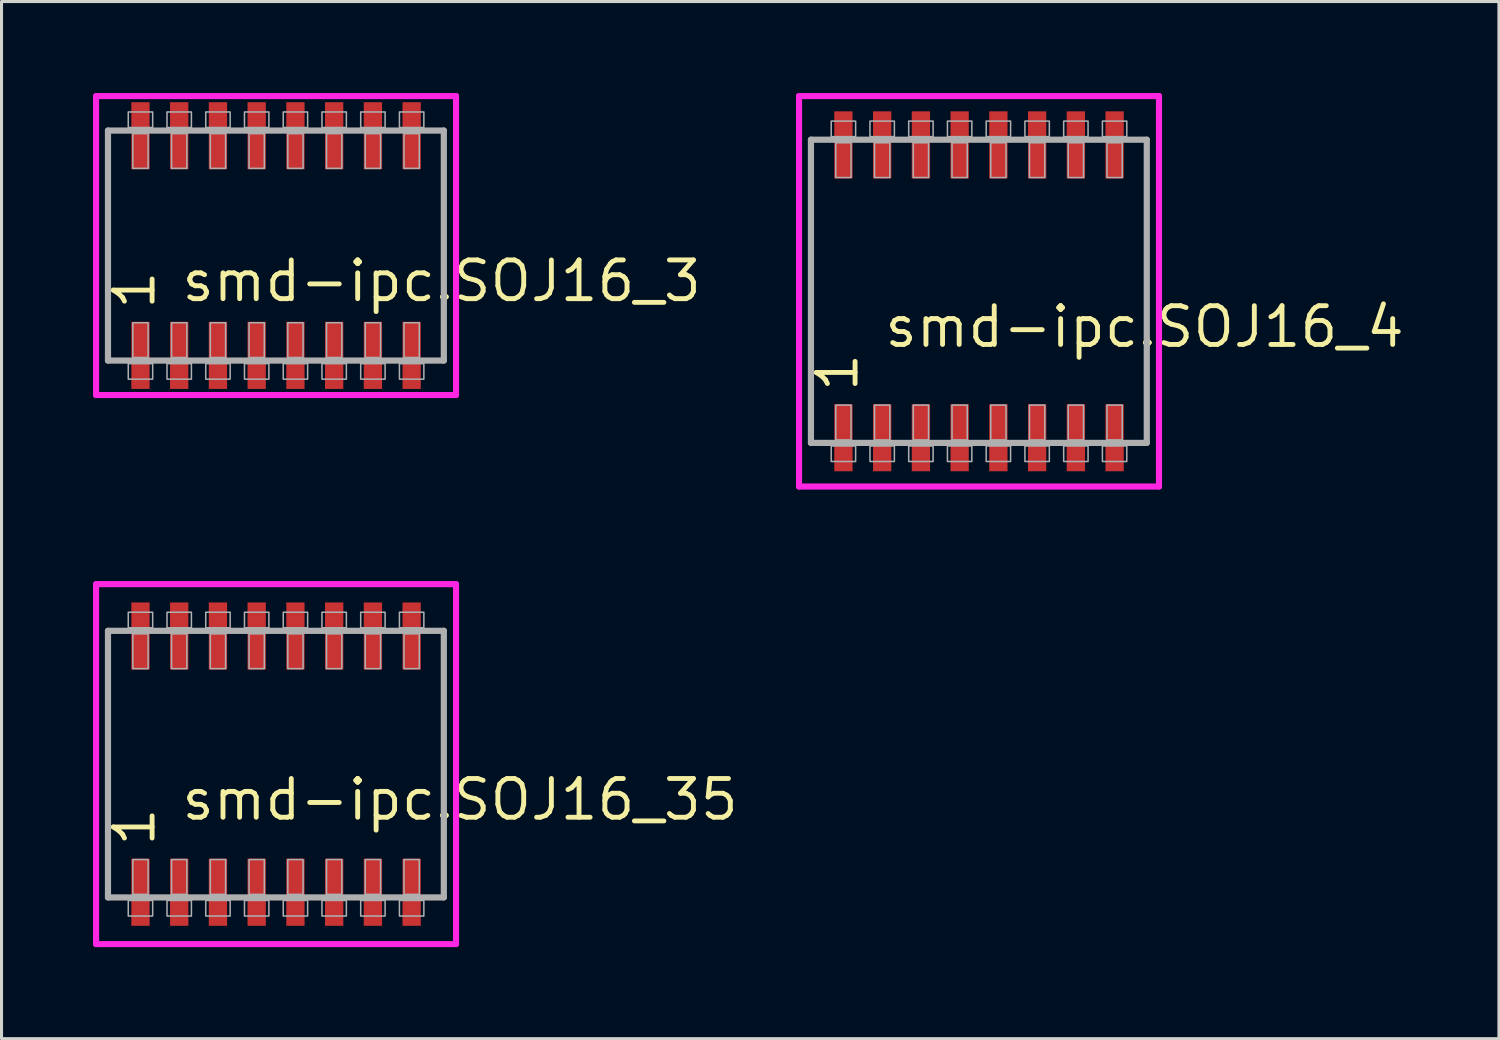
<source format=kicad_pcb>
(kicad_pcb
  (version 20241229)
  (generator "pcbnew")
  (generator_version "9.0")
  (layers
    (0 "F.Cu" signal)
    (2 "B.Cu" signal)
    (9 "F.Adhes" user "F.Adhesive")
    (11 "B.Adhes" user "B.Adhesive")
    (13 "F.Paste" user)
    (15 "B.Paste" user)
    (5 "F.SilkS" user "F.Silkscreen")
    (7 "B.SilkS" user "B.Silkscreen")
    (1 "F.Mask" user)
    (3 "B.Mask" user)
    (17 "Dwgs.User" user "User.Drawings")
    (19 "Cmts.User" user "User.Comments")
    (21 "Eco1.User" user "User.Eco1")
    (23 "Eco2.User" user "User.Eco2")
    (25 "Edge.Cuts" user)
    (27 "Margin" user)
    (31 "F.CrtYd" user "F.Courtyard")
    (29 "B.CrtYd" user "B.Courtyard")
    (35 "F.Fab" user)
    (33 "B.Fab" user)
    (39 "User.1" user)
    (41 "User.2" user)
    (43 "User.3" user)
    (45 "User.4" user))
  (footprint "smd-ipc.SOJ16_35"
    (layer "F.Cu")
    (at 6 22)
    (property "Reference" "smd-ipc.SOJ16_35" (at -3.175 1.905 0) (layer "F.SilkS") (effects (font (size 1.27 1.27) (thickness 0.16)) (justify left bottom)))
    (attr smd)
    (fp_line (start -5.9 -5.9) (end 5.9 -5.9) (stroke (width 0.2) (type default)) (layer "F.CrtYd"))
    (fp_line (start -5.9 5.9) (end -5.9 -5.9) (stroke (width 0.2) (type default)) (layer "F.CrtYd"))
    (fp_line (start 5.9 -5.9) (end 5.9 5.9) (stroke (width 0.2) (type default)) (layer "F.CrtYd"))
    (fp_line (start 5.9 5.9) (end -5.9 5.9) (stroke (width 0.2) (type default)) (layer "F.CrtYd"))
    (fp_line (start -5.51 -4.37) (end 5.5 -4.37) (stroke (width 0.203) (type default)) (layer "F.Fab"))
    (fp_line (start -5.51 4.37) (end -5.51 -4.37) (stroke (width 0.203) (type default)) (layer "F.Fab"))
    (fp_line (start 5.5 -4.37) (end 5.5 4.37) (stroke (width 0.203) (type default)) (layer "F.Fab"))
    (fp_line (start 5.5 4.37) (end -5.51 4.37) (stroke (width 0.203) (type default)) (layer "F.Fab"))
    (fp_rect (start -4.845 -4.47) (end -4.045 -4.98) (stroke (width 0.05) (type default)) (fill no) (layer "F.Fab"))
    (fp_rect (start -4.845 4.98) (end -4.045 4.47) (stroke (width 0.05) (type default)) (fill no) (layer "F.Fab"))
    (fp_rect (start -4.695 -3.13) (end -4.195 -4.27) (stroke (width 0.05) (type default)) (fill no) (layer "F.Fab"))
    (fp_rect (start -4.695 4.27) (end -4.195 3.13) (stroke (width 0.05) (type default)) (fill no) (layer "F.Fab"))
    (fp_rect (start -3.575 -4.47) (end -2.775 -4.98) (stroke (width 0.05) (type default)) (fill no) (layer "F.Fab"))
    (fp_rect (start -3.575 4.98) (end -2.775 4.47) (stroke (width 0.05) (type default)) (fill no) (layer "F.Fab"))
    (fp_rect (start -3.425 -3.13) (end -2.925 -4.27) (stroke (width 0.05) (type default)) (fill no) (layer "F.Fab"))
    (fp_rect (start -3.425 4.27) (end -2.925 3.13) (stroke (width 0.05) (type default)) (fill no) (layer "F.Fab"))
    (fp_rect (start -2.305 -4.47) (end -1.505 -4.98) (stroke (width 0.05) (type default)) (fill no) (layer "F.Fab"))
    (fp_rect (start -2.305 4.98) (end -1.505 4.47) (stroke (width 0.05) (type default)) (fill no) (layer "F.Fab"))
    (fp_rect (start -2.155 -3.13) (end -1.655 -4.27) (stroke (width 0.05) (type default)) (fill no) (layer "F.Fab"))
    (fp_rect (start -2.155 4.27) (end -1.655 3.13) (stroke (width 0.05) (type default)) (fill no) (layer "F.Fab"))
    (fp_rect (start -1.035 -4.47) (end -0.235 -4.98) (stroke (width 0.05) (type default)) (fill no) (layer "F.Fab"))
    (fp_rect (start -1.035 4.98) (end -0.235 4.47) (stroke (width 0.05) (type default)) (fill no) (layer "F.Fab"))
    (fp_rect (start -0.885 -3.13) (end -0.385 -4.27) (stroke (width 0.05) (type default)) (fill no) (layer "F.Fab"))
    (fp_rect (start -0.885 4.27) (end -0.385 3.13) (stroke (width 0.05) (type default)) (fill no) (layer "F.Fab"))
    (fp_rect (start 0.235 -4.47) (end 1.035 -4.98) (stroke (width 0.05) (type default)) (fill no) (layer "F.Fab"))
    (fp_rect (start 0.235 4.98) (end 1.035 4.47) (stroke (width 0.05) (type default)) (fill no) (layer "F.Fab"))
    (fp_rect (start 0.385 -3.13) (end 0.885 -4.27) (stroke (width 0.05) (type default)) (fill no) (layer "F.Fab"))
    (fp_rect (start 0.385 4.27) (end 0.885 3.13) (stroke (width 0.05) (type default)) (fill no) (layer "F.Fab"))
    (fp_rect (start 1.505 -4.47) (end 2.305 -4.98) (stroke (width 0.05) (type default)) (fill no) (layer "F.Fab"))
    (fp_rect (start 1.505 4.98) (end 2.305 4.47) (stroke (width 0.05) (type default)) (fill no) (layer "F.Fab"))
    (fp_rect (start 1.655 -3.13) (end 2.155 -4.27) (stroke (width 0.05) (type default)) (fill no) (layer "F.Fab"))
    (fp_rect (start 1.655 4.27) (end 2.155 3.13) (stroke (width 0.05) (type default)) (fill no) (layer "F.Fab"))
    (fp_rect (start 2.775 -4.47) (end 3.575 -4.98) (stroke (width 0.05) (type default)) (fill no) (layer "F.Fab"))
    (fp_rect (start 2.775 4.98) (end 3.575 4.47) (stroke (width 0.05) (type default)) (fill no) (layer "F.Fab"))
    (fp_rect (start 2.925 -3.13) (end 3.425 -4.27) (stroke (width 0.05) (type default)) (fill no) (layer "F.Fab"))
    (fp_rect (start 2.925 4.27) (end 3.425 3.13) (stroke (width 0.05) (type default)) (fill no) (layer "F.Fab"))
    (fp_rect (start 4.045 -4.47) (end 4.845 -4.98) (stroke (width 0.05) (type default)) (fill no) (layer "F.Fab"))
    (fp_rect (start 4.045 4.98) (end 4.845 4.47) (stroke (width 0.05) (type default)) (fill no) (layer "F.Fab"))
    (fp_rect (start 4.195 -3.13) (end 4.695 -4.27) (stroke (width 0.05) (type default)) (fill no) (layer "F.Fab"))
    (fp_rect (start 4.195 4.27) (end 4.695 3.13) (stroke (width 0.05) (type default)) (fill no) (layer "F.Fab"))
    (fp_text user "1" (at -3.9 2.77 90) (layer "F.SilkS") (effects (font (size 1.27 1.27) (thickness 0.16)) (justify left bottom)))
    (pad "1" smd roundrect (at -4.445 4.2) (size 0.6 2.2) (layers "F.Cu" "F.Mask" "F.Paste") (roundrect_rratio 0.01))
    (pad "2" smd roundrect (at -3.175 4.2) (size 0.6 2.2) (layers "F.Cu" "F.Mask" "F.Paste") (roundrect_rratio 0.01))
    (pad "3" smd roundrect (at -1.905 4.2) (size 0.6 2.2) (layers "F.Cu" "F.Mask" "F.Paste") (roundrect_rratio 0.01))
    (pad "4" smd roundrect (at -0.635 4.2) (size 0.6 2.2) (layers "F.Cu" "F.Mask" "F.Paste") (roundrect_rratio 0.01))
    (pad "5" smd roundrect (at 0.635 4.2) (size 0.6 2.2) (layers "F.Cu" "F.Mask" "F.Paste") (roundrect_rratio 0.01))
    (pad "6" smd roundrect (at 1.905 4.2) (size 0.6 2.2) (layers "F.Cu" "F.Mask" "F.Paste") (roundrect_rratio 0.01))
    (pad "7" smd roundrect (at 3.175 4.2) (size 0.6 2.2) (layers "F.Cu" "F.Mask" "F.Paste") (roundrect_rratio 0.01))
    (pad "8" smd roundrect (at 4.445 4.2) (size 0.6 2.2) (layers "F.Cu" "F.Mask" "F.Paste") (roundrect_rratio 0.01))
    (pad "9" smd roundrect (at 4.445 -4.2) (size 0.6 2.2) (layers "F.Cu" "F.Mask" "F.Paste") (roundrect_rratio 0.01))
    (pad "10" smd roundrect (at 3.175 -4.2) (size 0.6 2.2) (layers "F.Cu" "F.Mask" "F.Paste") (roundrect_rratio 0.01))
    (pad "11" smd roundrect (at 1.905 -4.2) (size 0.6 2.2) (layers "F.Cu" "F.Mask" "F.Paste") (roundrect_rratio 0.01))
    (pad "12" smd roundrect (at 0.635 -4.2) (size 0.6 2.2) (layers "F.Cu" "F.Mask" "F.Paste") (roundrect_rratio 0.01))
    (pad "13" smd roundrect (at -0.635 -4.2) (size 0.6 2.2) (layers "F.Cu" "F.Mask" "F.Paste") (roundrect_rratio 0.01))
    (pad "14" smd roundrect (at -1.905 -4.2) (size 0.6 2.2) (layers "F.Cu" "F.Mask" "F.Paste") (roundrect_rratio 0.01))
    (pad "15" smd roundrect (at -3.175 -4.2) (size 0.6 2.2) (layers "F.Cu" "F.Mask" "F.Paste") (roundrect_rratio 0.01))
    (pad "16" smd roundrect (at -4.445 -4.2) (size 0.6 2.2) (layers "F.Cu" "F.Mask" "F.Paste") (roundrect_rratio 0.01)))
  (footprint "smd-ipc.SOJ16_3"
    (layer "F.Cu")
    (at 6 5)
    (property "Reference" "smd-ipc.SOJ16_3" (at -3.175 1.905 0) (layer "F.SilkS") (effects (font (size 1.27 1.27) (thickness 0.16)) (justify left bottom)))
    (attr smd)
    (fp_line (start -5.9 -4.9) (end 5.9 -4.9) (stroke (width 0.2) (type default)) (layer "F.CrtYd"))
    (fp_line (start -5.9 4.9) (end -5.9 -4.9) (stroke (width 0.2) (type default)) (layer "F.CrtYd"))
    (fp_line (start 5.9 -4.9) (end 5.9 4.9) (stroke (width 0.2) (type default)) (layer "F.CrtYd"))
    (fp_line (start 5.9 4.9) (end -5.9 4.9) (stroke (width 0.2) (type default)) (layer "F.CrtYd"))
    (fp_line (start -5.51 -3.77) (end 5.5 -3.77) (stroke (width 0.203) (type default)) (layer "F.Fab"))
    (fp_line (start -5.51 3.77) (end -5.51 -3.77) (stroke (width 0.203) (type default)) (layer "F.Fab"))
    (fp_line (start 5.5 -3.77) (end 5.5 3.77) (stroke (width 0.203) (type default)) (layer "F.Fab"))
    (fp_line (start 5.5 3.77) (end -5.51 3.77) (stroke (width 0.203) (type default)) (layer "F.Fab"))
    (fp_rect (start -4.845 -3.87) (end -4.045 -4.38) (stroke (width 0.05) (type default)) (fill no) (layer "F.Fab"))
    (fp_rect (start -4.845 4.38) (end -4.045 3.87) (stroke (width 0.05) (type default)) (fill no) (layer "F.Fab"))
    (fp_rect (start -4.695 -2.53) (end -4.195 -3.67) (stroke (width 0.05) (type default)) (fill no) (layer "F.Fab"))
    (fp_rect (start -4.695 3.67) (end -4.195 2.53) (stroke (width 0.05) (type default)) (fill no) (layer "F.Fab"))
    (fp_rect (start -3.575 -3.87) (end -2.775 -4.38) (stroke (width 0.05) (type default)) (fill no) (layer "F.Fab"))
    (fp_rect (start -3.575 4.38) (end -2.775 3.87) (stroke (width 0.05) (type default)) (fill no) (layer "F.Fab"))
    (fp_rect (start -3.425 -2.53) (end -2.925 -3.67) (stroke (width 0.05) (type default)) (fill no) (layer "F.Fab"))
    (fp_rect (start -3.425 3.67) (end -2.925 2.53) (stroke (width 0.05) (type default)) (fill no) (layer "F.Fab"))
    (fp_rect (start -2.305 -3.87) (end -1.505 -4.38) (stroke (width 0.05) (type default)) (fill no) (layer "F.Fab"))
    (fp_rect (start -2.305 4.38) (end -1.505 3.87) (stroke (width 0.05) (type default)) (fill no) (layer "F.Fab"))
    (fp_rect (start -2.155 -2.53) (end -1.655 -3.67) (stroke (width 0.05) (type default)) (fill no) (layer "F.Fab"))
    (fp_rect (start -2.155 3.67) (end -1.655 2.53) (stroke (width 0.05) (type default)) (fill no) (layer "F.Fab"))
    (fp_rect (start -1.035 -3.87) (end -0.235 -4.38) (stroke (width 0.05) (type default)) (fill no) (layer "F.Fab"))
    (fp_rect (start -1.035 4.38) (end -0.235 3.87) (stroke (width 0.05) (type default)) (fill no) (layer "F.Fab"))
    (fp_rect (start -0.885 -2.53) (end -0.385 -3.67) (stroke (width 0.05) (type default)) (fill no) (layer "F.Fab"))
    (fp_rect (start -0.885 3.67) (end -0.385 2.53) (stroke (width 0.05) (type default)) (fill no) (layer "F.Fab"))
    (fp_rect (start 0.235 -3.87) (end 1.035 -4.38) (stroke (width 0.05) (type default)) (fill no) (layer "F.Fab"))
    (fp_rect (start 0.235 4.38) (end 1.035 3.87) (stroke (width 0.05) (type default)) (fill no) (layer "F.Fab"))
    (fp_rect (start 0.385 -2.53) (end 0.885 -3.67) (stroke (width 0.05) (type default)) (fill no) (layer "F.Fab"))
    (fp_rect (start 0.385 3.67) (end 0.885 2.53) (stroke (width 0.05) (type default)) (fill no) (layer "F.Fab"))
    (fp_rect (start 1.505 -3.87) (end 2.305 -4.38) (stroke (width 0.05) (type default)) (fill no) (layer "F.Fab"))
    (fp_rect (start 1.505 4.38) (end 2.305 3.87) (stroke (width 0.05) (type default)) (fill no) (layer "F.Fab"))
    (fp_rect (start 1.655 -2.53) (end 2.155 -3.67) (stroke (width 0.05) (type default)) (fill no) (layer "F.Fab"))
    (fp_rect (start 1.655 3.67) (end 2.155 2.53) (stroke (width 0.05) (type default)) (fill no) (layer "F.Fab"))
    (fp_rect (start 2.775 -3.87) (end 3.575 -4.38) (stroke (width 0.05) (type default)) (fill no) (layer "F.Fab"))
    (fp_rect (start 2.775 4.38) (end 3.575 3.87) (stroke (width 0.05) (type default)) (fill no) (layer "F.Fab"))
    (fp_rect (start 2.925 -2.53) (end 3.425 -3.67) (stroke (width 0.05) (type default)) (fill no) (layer "F.Fab"))
    (fp_rect (start 2.925 3.67) (end 3.425 2.53) (stroke (width 0.05) (type default)) (fill no) (layer "F.Fab"))
    (fp_rect (start 4.045 -3.87) (end 4.845 -4.38) (stroke (width 0.05) (type default)) (fill no) (layer "F.Fab"))
    (fp_rect (start 4.045 4.38) (end 4.845 3.87) (stroke (width 0.05) (type default)) (fill no) (layer "F.Fab"))
    (fp_rect (start 4.195 -2.53) (end 4.695 -3.67) (stroke (width 0.05) (type default)) (fill no) (layer "F.Fab"))
    (fp_rect (start 4.195 3.67) (end 4.695 2.53) (stroke (width 0.05) (type default)) (fill no) (layer "F.Fab"))
    (fp_text user "1" (at -3.9 2.17 90) (layer "F.SilkS") (effects (font (size 1.27 1.27) (thickness 0.16)) (justify left bottom)))
    (pad "1" smd roundrect (at -4.445 3.6) (size 0.6 2.2) (layers "F.Cu" "F.Mask" "F.Paste") (roundrect_rratio 0.01))
    (pad "2" smd roundrect (at -3.175 3.6) (size 0.6 2.2) (layers "F.Cu" "F.Mask" "F.Paste") (roundrect_rratio 0.01))
    (pad "3" smd roundrect (at -1.905 3.6) (size 0.6 2.2) (layers "F.Cu" "F.Mask" "F.Paste") (roundrect_rratio 0.01))
    (pad "4" smd roundrect (at -0.635 3.6) (size 0.6 2.2) (layers "F.Cu" "F.Mask" "F.Paste") (roundrect_rratio 0.01))
    (pad "5" smd roundrect (at 0.635 3.6) (size 0.6 2.2) (layers "F.Cu" "F.Mask" "F.Paste") (roundrect_rratio 0.01))
    (pad "6" smd roundrect (at 1.905 3.6) (size 0.6 2.2) (layers "F.Cu" "F.Mask" "F.Paste") (roundrect_rratio 0.01))
    (pad "7" smd roundrect (at 3.175 3.6) (size 0.6 2.2) (layers "F.Cu" "F.Mask" "F.Paste") (roundrect_rratio 0.01))
    (pad "8" smd roundrect (at 4.445 3.6) (size 0.6 2.2) (layers "F.Cu" "F.Mask" "F.Paste") (roundrect_rratio 0.01))
    (pad "9" smd roundrect (at 4.445 -3.6) (size 0.6 2.2) (layers "F.Cu" "F.Mask" "F.Paste") (roundrect_rratio 0.01))
    (pad "10" smd roundrect (at 3.175 -3.6) (size 0.6 2.2) (layers "F.Cu" "F.Mask" "F.Paste") (roundrect_rratio 0.01))
    (pad "11" smd roundrect (at 1.905 -3.6) (size 0.6 2.2) (layers "F.Cu" "F.Mask" "F.Paste") (roundrect_rratio 0.01))
    (pad "12" smd roundrect (at 0.635 -3.6) (size 0.6 2.2) (layers "F.Cu" "F.Mask" "F.Paste") (roundrect_rratio 0.01))
    (pad "13" smd roundrect (at -0.635 -3.6) (size 0.6 2.2) (layers "F.Cu" "F.Mask" "F.Paste") (roundrect_rratio 0.01))
    (pad "14" smd roundrect (at -1.905 -3.6) (size 0.6 2.2) (layers "F.Cu" "F.Mask" "F.Paste") (roundrect_rratio 0.01))
    (pad "15" smd roundrect (at -3.175 -3.6) (size 0.6 2.2) (layers "F.Cu" "F.Mask" "F.Paste") (roundrect_rratio 0.01))
    (pad "16" smd roundrect (at -4.445 -3.6) (size 0.6 2.2) (layers "F.Cu" "F.Mask" "F.Paste") (roundrect_rratio 0.01)))
  (footprint "smd-ipc.SOJ16_4"
    (layer "F.Cu")
    (at 29.045 6.5)
    (property "Reference" "smd-ipc.SOJ16_4" (at -3.175 1.905 0) (layer "F.SilkS") (effects (font (size 1.27 1.27) (thickness 0.16)) (justify left bottom)))
    (attr smd)
    (fp_line (start -5.9 -6.4) (end 5.9 -6.4) (stroke (width 0.2) (type default)) (layer "F.CrtYd"))
    (fp_line (start -5.9 6.4) (end -5.9 -6.4) (stroke (width 0.2) (type default)) (layer "F.CrtYd"))
    (fp_line (start 5.9 -6.4) (end 5.9 6.4) (stroke (width 0.2) (type default)) (layer "F.CrtYd"))
    (fp_line (start 5.9 6.4) (end -5.9 6.4) (stroke (width 0.2) (type default)) (layer "F.CrtYd"))
    (fp_line (start -5.51 -4.97) (end 5.5 -4.97) (stroke (width 0.203) (type default)) (layer "F.Fab"))
    (fp_line (start -5.51 4.97) (end -5.51 -4.97) (stroke (width 0.203) (type default)) (layer "F.Fab"))
    (fp_line (start 5.5 -4.97) (end 5.5 4.97) (stroke (width 0.203) (type default)) (layer "F.Fab"))
    (fp_line (start 5.5 4.97) (end -5.51 4.97) (stroke (width 0.203) (type default)) (layer "F.Fab"))
    (fp_rect (start -4.845 -5.07) (end -4.045 -5.58) (stroke (width 0.05) (type default)) (fill no) (layer "F.Fab"))
    (fp_rect (start -4.845 5.58) (end -4.045 5.07) (stroke (width 0.05) (type default)) (fill no) (layer "F.Fab"))
    (fp_rect (start -4.695 -3.73) (end -4.195 -4.87) (stroke (width 0.05) (type default)) (fill no) (layer "F.Fab"))
    (fp_rect (start -4.695 4.87) (end -4.195 3.73) (stroke (width 0.05) (type default)) (fill no) (layer "F.Fab"))
    (fp_rect (start -3.575 -5.07) (end -2.775 -5.58) (stroke (width 0.05) (type default)) (fill no) (layer "F.Fab"))
    (fp_rect (start -3.575 5.58) (end -2.775 5.07) (stroke (width 0.05) (type default)) (fill no) (layer "F.Fab"))
    (fp_rect (start -3.425 -3.73) (end -2.925 -4.87) (stroke (width 0.05) (type default)) (fill no) (layer "F.Fab"))
    (fp_rect (start -3.425 4.87) (end -2.925 3.73) (stroke (width 0.05) (type default)) (fill no) (layer "F.Fab"))
    (fp_rect (start -2.305 -5.07) (end -1.505 -5.58) (stroke (width 0.05) (type default)) (fill no) (layer "F.Fab"))
    (fp_rect (start -2.305 5.58) (end -1.505 5.07) (stroke (width 0.05) (type default)) (fill no) (layer "F.Fab"))
    (fp_rect (start -2.155 -3.73) (end -1.655 -4.87) (stroke (width 0.05) (type default)) (fill no) (layer "F.Fab"))
    (fp_rect (start -2.155 4.87) (end -1.655 3.73) (stroke (width 0.05) (type default)) (fill no) (layer "F.Fab"))
    (fp_rect (start -1.035 -5.07) (end -0.235 -5.58) (stroke (width 0.05) (type default)) (fill no) (layer "F.Fab"))
    (fp_rect (start -1.035 5.58) (end -0.235 5.07) (stroke (width 0.05) (type default)) (fill no) (layer "F.Fab"))
    (fp_rect (start -0.885 -3.73) (end -0.385 -4.87) (stroke (width 0.05) (type default)) (fill no) (layer "F.Fab"))
    (fp_rect (start -0.885 4.87) (end -0.385 3.73) (stroke (width 0.05) (type default)) (fill no) (layer "F.Fab"))
    (fp_rect (start 0.235 -5.07) (end 1.035 -5.58) (stroke (width 0.05) (type default)) (fill no) (layer "F.Fab"))
    (fp_rect (start 0.235 5.58) (end 1.035 5.07) (stroke (width 0.05) (type default)) (fill no) (layer "F.Fab"))
    (fp_rect (start 0.385 -3.73) (end 0.885 -4.87) (stroke (width 0.05) (type default)) (fill no) (layer "F.Fab"))
    (fp_rect (start 0.385 4.87) (end 0.885 3.73) (stroke (width 0.05) (type default)) (fill no) (layer "F.Fab"))
    (fp_rect (start 1.505 -5.07) (end 2.305 -5.58) (stroke (width 0.05) (type default)) (fill no) (layer "F.Fab"))
    (fp_rect (start 1.505 5.58) (end 2.305 5.07) (stroke (width 0.05) (type default)) (fill no) (layer "F.Fab"))
    (fp_rect (start 1.655 -3.73) (end 2.155 -4.87) (stroke (width 0.05) (type default)) (fill no) (layer "F.Fab"))
    (fp_rect (start 1.655 4.87) (end 2.155 3.73) (stroke (width 0.05) (type default)) (fill no) (layer "F.Fab"))
    (fp_rect (start 2.775 -5.07) (end 3.575 -5.58) (stroke (width 0.05) (type default)) (fill no) (layer "F.Fab"))
    (fp_rect (start 2.775 5.58) (end 3.575 5.07) (stroke (width 0.05) (type default)) (fill no) (layer "F.Fab"))
    (fp_rect (start 2.925 -3.73) (end 3.425 -4.87) (stroke (width 0.05) (type default)) (fill no) (layer "F.Fab"))
    (fp_rect (start 2.925 4.87) (end 3.425 3.73) (stroke (width 0.05) (type default)) (fill no) (layer "F.Fab"))
    (fp_rect (start 4.045 -5.07) (end 4.845 -5.58) (stroke (width 0.05) (type default)) (fill no) (layer "F.Fab"))
    (fp_rect (start 4.045 5.58) (end 4.845 5.07) (stroke (width 0.05) (type default)) (fill no) (layer "F.Fab"))
    (fp_rect (start 4.195 -3.73) (end 4.695 -4.87) (stroke (width 0.05) (type default)) (fill no) (layer "F.Fab"))
    (fp_rect (start 4.195 4.87) (end 4.695 3.73) (stroke (width 0.05) (type default)) (fill no) (layer "F.Fab"))
    (fp_text user "1" (at -3.9 3.37 90) (layer "F.SilkS") (effects (font (size 1.27 1.27) (thickness 0.16)) (justify left bottom)))
    (pad "1" smd roundrect (at -4.445 4.8) (size 0.6 2.2) (layers "F.Cu" "F.Mask" "F.Paste") (roundrect_rratio 0.01))
    (pad "2" smd roundrect (at -3.175 4.8) (size 0.6 2.2) (layers "F.Cu" "F.Mask" "F.Paste") (roundrect_rratio 0.01))
    (pad "3" smd roundrect (at -1.905 4.8) (size 0.6 2.2) (layers "F.Cu" "F.Mask" "F.Paste") (roundrect_rratio 0.01))
    (pad "4" smd roundrect (at -0.635 4.8) (size 0.6 2.2) (layers "F.Cu" "F.Mask" "F.Paste") (roundrect_rratio 0.01))
    (pad "5" smd roundrect (at 0.635 4.8) (size 0.6 2.2) (layers "F.Cu" "F.Mask" "F.Paste") (roundrect_rratio 0.01))
    (pad "6" smd roundrect (at 1.905 4.8) (size 0.6 2.2) (layers "F.Cu" "F.Mask" "F.Paste") (roundrect_rratio 0.01))
    (pad "7" smd roundrect (at 3.175 4.8) (size 0.6 2.2) (layers "F.Cu" "F.Mask" "F.Paste") (roundrect_rratio 0.01))
    (pad "8" smd roundrect (at 4.445 4.8) (size 0.6 2.2) (layers "F.Cu" "F.Mask" "F.Paste") (roundrect_rratio 0.01))
    (pad "9" smd roundrect (at 4.445 -4.8) (size 0.6 2.2) (layers "F.Cu" "F.Mask" "F.Paste") (roundrect_rratio 0.01))
    (pad "10" smd roundrect (at 3.175 -4.8) (size 0.6 2.2) (layers "F.Cu" "F.Mask" "F.Paste") (roundrect_rratio 0.01))
    (pad "11" smd roundrect (at 1.905 -4.8) (size 0.6 2.2) (layers "F.Cu" "F.Mask" "F.Paste") (roundrect_rratio 0.01))
    (pad "12" smd roundrect (at 0.635 -4.8) (size 0.6 2.2) (layers "F.Cu" "F.Mask" "F.Paste") (roundrect_rratio 0.01))
    (pad "13" smd roundrect (at -0.635 -4.8) (size 0.6 2.2) (layers "F.Cu" "F.Mask" "F.Paste") (roundrect_rratio 0.01))
    (pad "14" smd roundrect (at -1.905 -4.8) (size 0.6 2.2) (layers "F.Cu" "F.Mask" "F.Paste") (roundrect_rratio 0.01))
    (pad "15" smd roundrect (at -3.175 -4.8) (size 0.6 2.2) (layers "F.Cu" "F.Mask" "F.Paste") (roundrect_rratio 0.01))
    (pad "16" smd roundrect (at -4.445 -4.8) (size 0.6 2.2) (layers "F.Cu" "F.Mask" "F.Paste") (roundrect_rratio 0.01)))
  (gr_rect
    (start -3 -3)
    (end 46.089 31)
    (stroke (width 0.1) (type default))
    (fill no)
    (layer "Edge.Cuts")))
</source>
